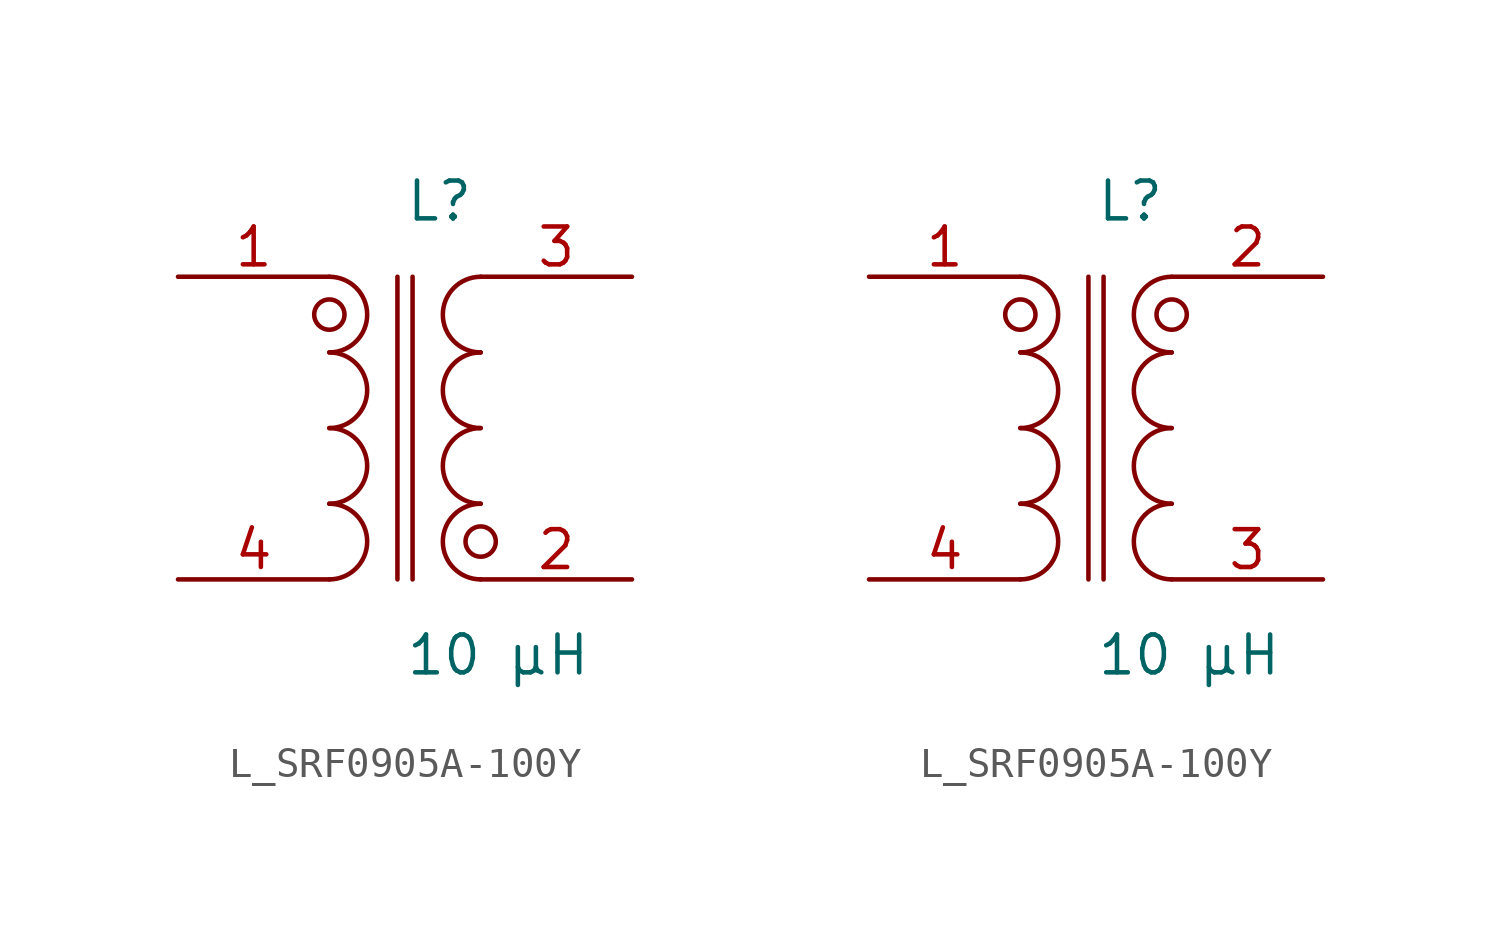
<source format=kicad_sym>
(kicad_symbol_lib
  (version 20231120)
  (generator kicad_symbol_editor)
  (generator_version 8.0)
  (symbol "L_SRF0905A-100Y"
    (pin_names
      (offset 0.254))
    (property "Reference" "L"
      (at 0 7.62 0)
      (effects (font (size 1.27 1.27)) (justify left)))
    (property "Value" "10 µH"
      (at 0 -7.62 0)
      (effects (font (size 1.27 1.27)) (justify left)))
    (symbol "L_SRF0905A-100Y_1_1"
      (arc (start -2.54 -5.08) (mid -1.27 -3.81) (end -2.54 -2.54) (stroke (width 0) (type default)) (fill (type none)))
      (arc (start -2.54 -2.54) (mid -1.27 -1.27) (end -2.54 0.0) (stroke (width 0) (type default)) (fill (type none)))
      (arc (start -2.54 0.0) (mid -1.27 1.27) (end -2.54 2.54) (stroke (width 0) (type default)) (fill (type none)))
      (arc (start -2.54 2.54) (mid -1.27 3.81) (end -2.54 5.08) (stroke (width 0) (type default)) (fill (type none)))
      (arc (start 2.54 -5.08) (mid 1.27 -3.81) (end 2.54 -2.54) (stroke (width 0) (type default)) (fill (type none)))
      (arc (start 2.54 -2.54) (mid 1.27 -1.27) (end 2.54 0.0) (stroke (width 0) (type default)) (fill (type none)))
      (arc (start 2.54 0.0) (mid 1.27 1.27) (end 2.54 2.54) (stroke (width 0) (type default)) (fill (type none)))
      (arc (start 2.54 2.54) (mid 1.27 3.81) (end 2.54 5.08) (stroke (width 0) (type default)) (fill (type none)))
      (circle (center -2.54 3.81) (radius 0.508) (stroke (width 0) (type default)) (fill (type none)))
      (circle (center 2.54 -3.81) (radius 0.508) (stroke (width 0) (type default)) (fill (type none)))
      (polyline (pts (xy -0.254 5.08) (xy -0.254 -5.08)) (stroke (width 0) (type default)) (fill (type none)))
      (polyline (pts (xy 0.254 5.08) (xy 0.254 -5.08)) (stroke (width 0) (type default)) (fill (type none)))
      (pin passive line (at -7.62 5.08 0) (length 5.08) (name "" (effects (font (size 1.27 1.27)))) (number "1" (effects (font (size 1.27 1.27)))))
      (pin passive line (at -7.62 -5.08 0) (length 5.08) (name "" (effects (font (size 1.27 1.27)))) (number "4" (effects (font (size 1.27 1.27)))))
      (pin passive line (at 7.62 -5.08 180) (length 5.08) (name "" (effects (font (size 1.27 1.27)))) (number "2" (effects (font (size 1.27 1.27)))))
      (pin passive line (at 7.62 5.08 180) (length 5.08) (name "" (effects (font (size 1.27 1.27)))) (number "3" (effects (font (size 1.27 1.27))))))
    (symbol "L_SRF0905A-100Y_1_2"
      (arc (start -2.54 -5.08) (mid -1.27 -3.81) (end -2.54 -2.54) (stroke (width 0) (type default)) (fill (type none)))
      (arc (start -2.54 -2.54) (mid -1.27 -1.27) (end -2.54 0.0) (stroke (width 0) (type default)) (fill (type none)))
      (arc (start -2.54 0.0) (mid -1.27 1.27) (end -2.54 2.54) (stroke (width 0) (type default)) (fill (type none)))
      (arc (start -2.54 2.54) (mid -1.27 3.81) (end -2.54 5.08) (stroke (width 0) (type default)) (fill (type none)))
      (arc (start 2.54 -5.08) (mid 1.27 -3.81) (end 2.54 -2.54) (stroke (width 0) (type default)) (fill (type none)))
      (arc (start 2.54 -2.54) (mid 1.27 -1.27) (end 2.54 0.0) (stroke (width 0) (type default)) (fill (type none)))
      (arc (start 2.54 0.0) (mid 1.27 1.27) (end 2.54 2.54) (stroke (width 0) (type default)) (fill (type none)))
      (arc (start 2.54 2.54) (mid 1.27 3.81) (end 2.54 5.08) (stroke (width 0) (type default)) (fill (type none)))
      (circle (center -2.54 3.81) (radius 0.508) (stroke (width 0) (type default)) (fill (type none)))
      (circle (center 2.54 3.81) (radius 0.508) (stroke (width 0) (type default)) (fill (type none)))
      (polyline (pts (xy -0.254 5.08) (xy -0.254 -5.08)) (stroke (width 0) (type default)) (fill (type none)))
      (polyline (pts (xy 0.254 5.08) (xy 0.254 -5.08)) (stroke (width 0) (type default)) (fill (type none)))
      (pin passive line (at -7.62 5.08 0) (length 5.08) (name "" (effects (font (size 1.27 1.27)))) (number "1" (effects (font (size 1.27 1.27)))))
      (pin passive line (at -7.62 -5.08 0) (length 5.08) (name "" (effects (font (size 1.27 1.27)))) (number "4" (effects (font (size 1.27 1.27)))))
      (pin passive line (at 7.62 5.08 180) (length 5.08) (name "" (effects (font (size 1.27 1.27)))) (number "2" (effects (font (size 1.27 1.27)))))
      (pin passive line (at 7.62 -5.08 180) (length 5.08) (name "" (effects (font (size 1.27 1.27)))) (number "3" (effects (font (size 1.27 1.27))))))))
</source>
